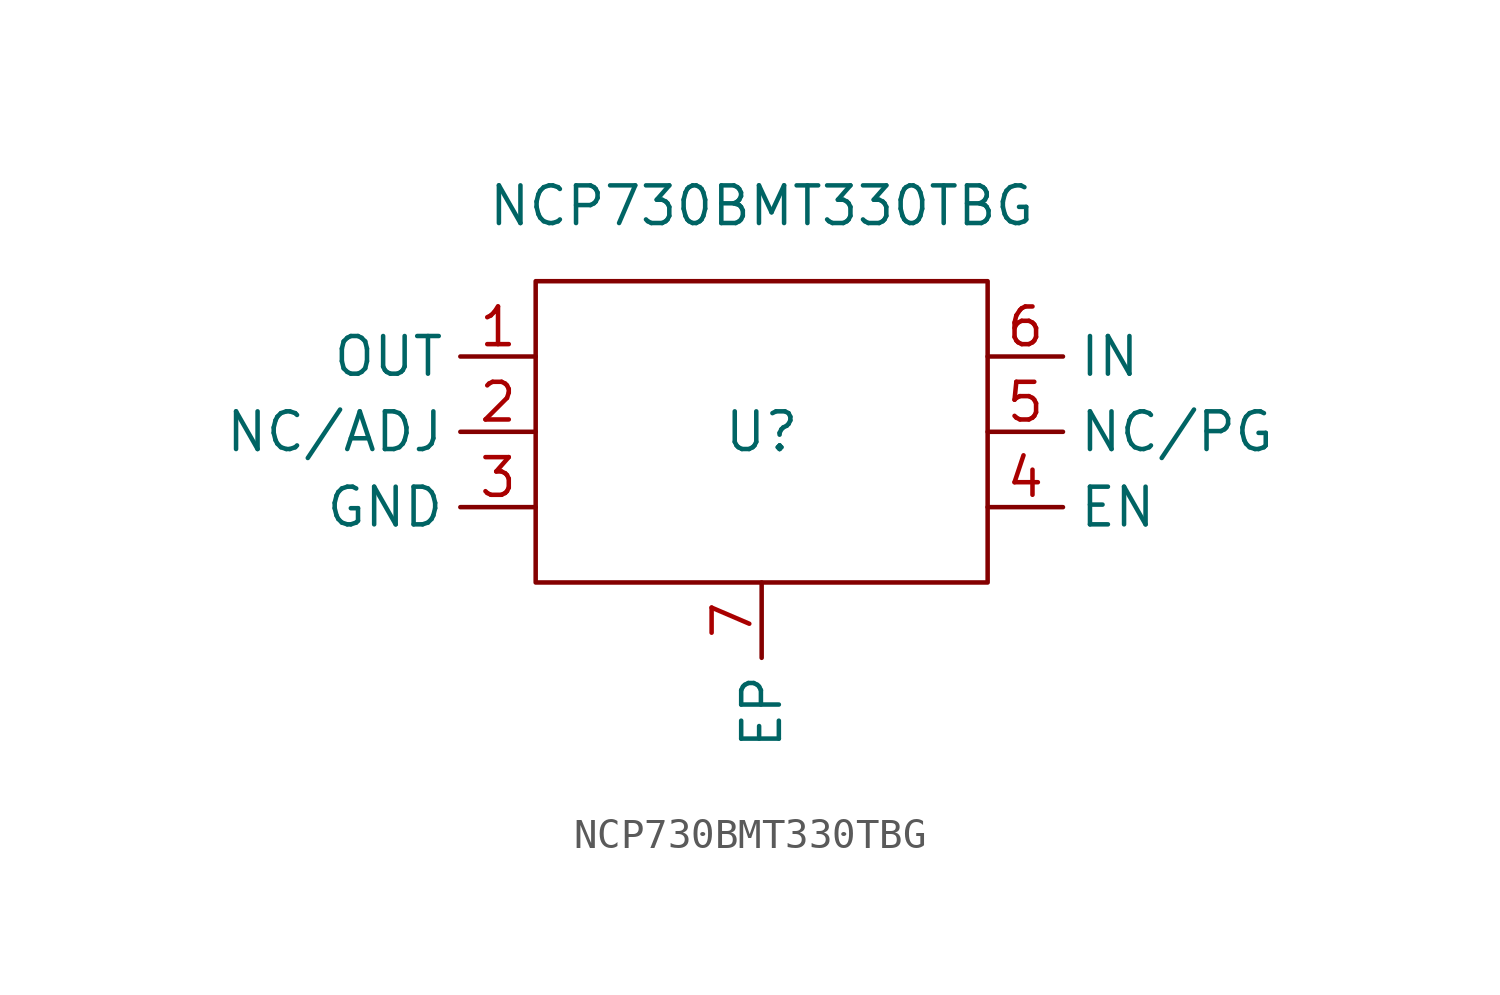
<source format=kicad_sym>
(kicad_symbol_lib
  (version 20211014)
  (generator kicad_symbol_editor)
  (symbol "NCP730BMT330TBG"
    (property "Reference" "U"
      (at 0 0 0)
      (effects (font (size 1.27 1.27))))
    (property "Value" "NCP730BMT330TBG"
      (at 0 7.62 0)
      (effects (font (size 1.27 1.27))))
    (symbol "NCP730BMT330TBG_0_1"
      (rectangle (start -7.62 5.08) (end 7.62 -5.08) (stroke (width 0) (type default) (color 0 0 0 0)) (fill (type none))))
    (symbol "NCP730BMT330TBG_1_1"
      (pin output line (at -7.62 2.54 180) (length 2.54) (name "OUT" (effects (font (size 1.27 1.27)))) (number "1" (effects (font (size 1.27 1.27)))))
      (pin output line (at -7.62 0 180) (length 2.54) (name "NC/ADJ" (effects (font (size 1.27 1.27)))) (number "2" (effects (font (size 1.27 1.27)))))
      (pin input line (at -7.62 -2.54 180) (length 2.54) (name "GND" (effects (font (size 1.27 1.27)))) (number "3" (effects (font (size 1.27 1.27)))))
      (pin input line (at 7.62 -2.54 0) (length 2.54) (name "EN" (effects (font (size 1.27 1.27)))) (number "4" (effects (font (size 1.27 1.27)))))
      (pin input line (at 7.62 0 0) (length 2.54) (name "NC/PG" (effects (font (size 1.27 1.27)))) (number "5" (effects (font (size 1.27 1.27)))))
      (pin input line (at 7.62 2.54 0) (length 2.54) (name "IN" (effects (font (size 1.27 1.27)))) (number "6" (effects (font (size 1.27 1.27)))))
      (pin input line (at 0 -5.08 270) (length 2.54) (name "EP" (effects (font (size 1.27 1.27)))) (number "7" (effects (font (size 1.27 1.27))))))))
</source>
